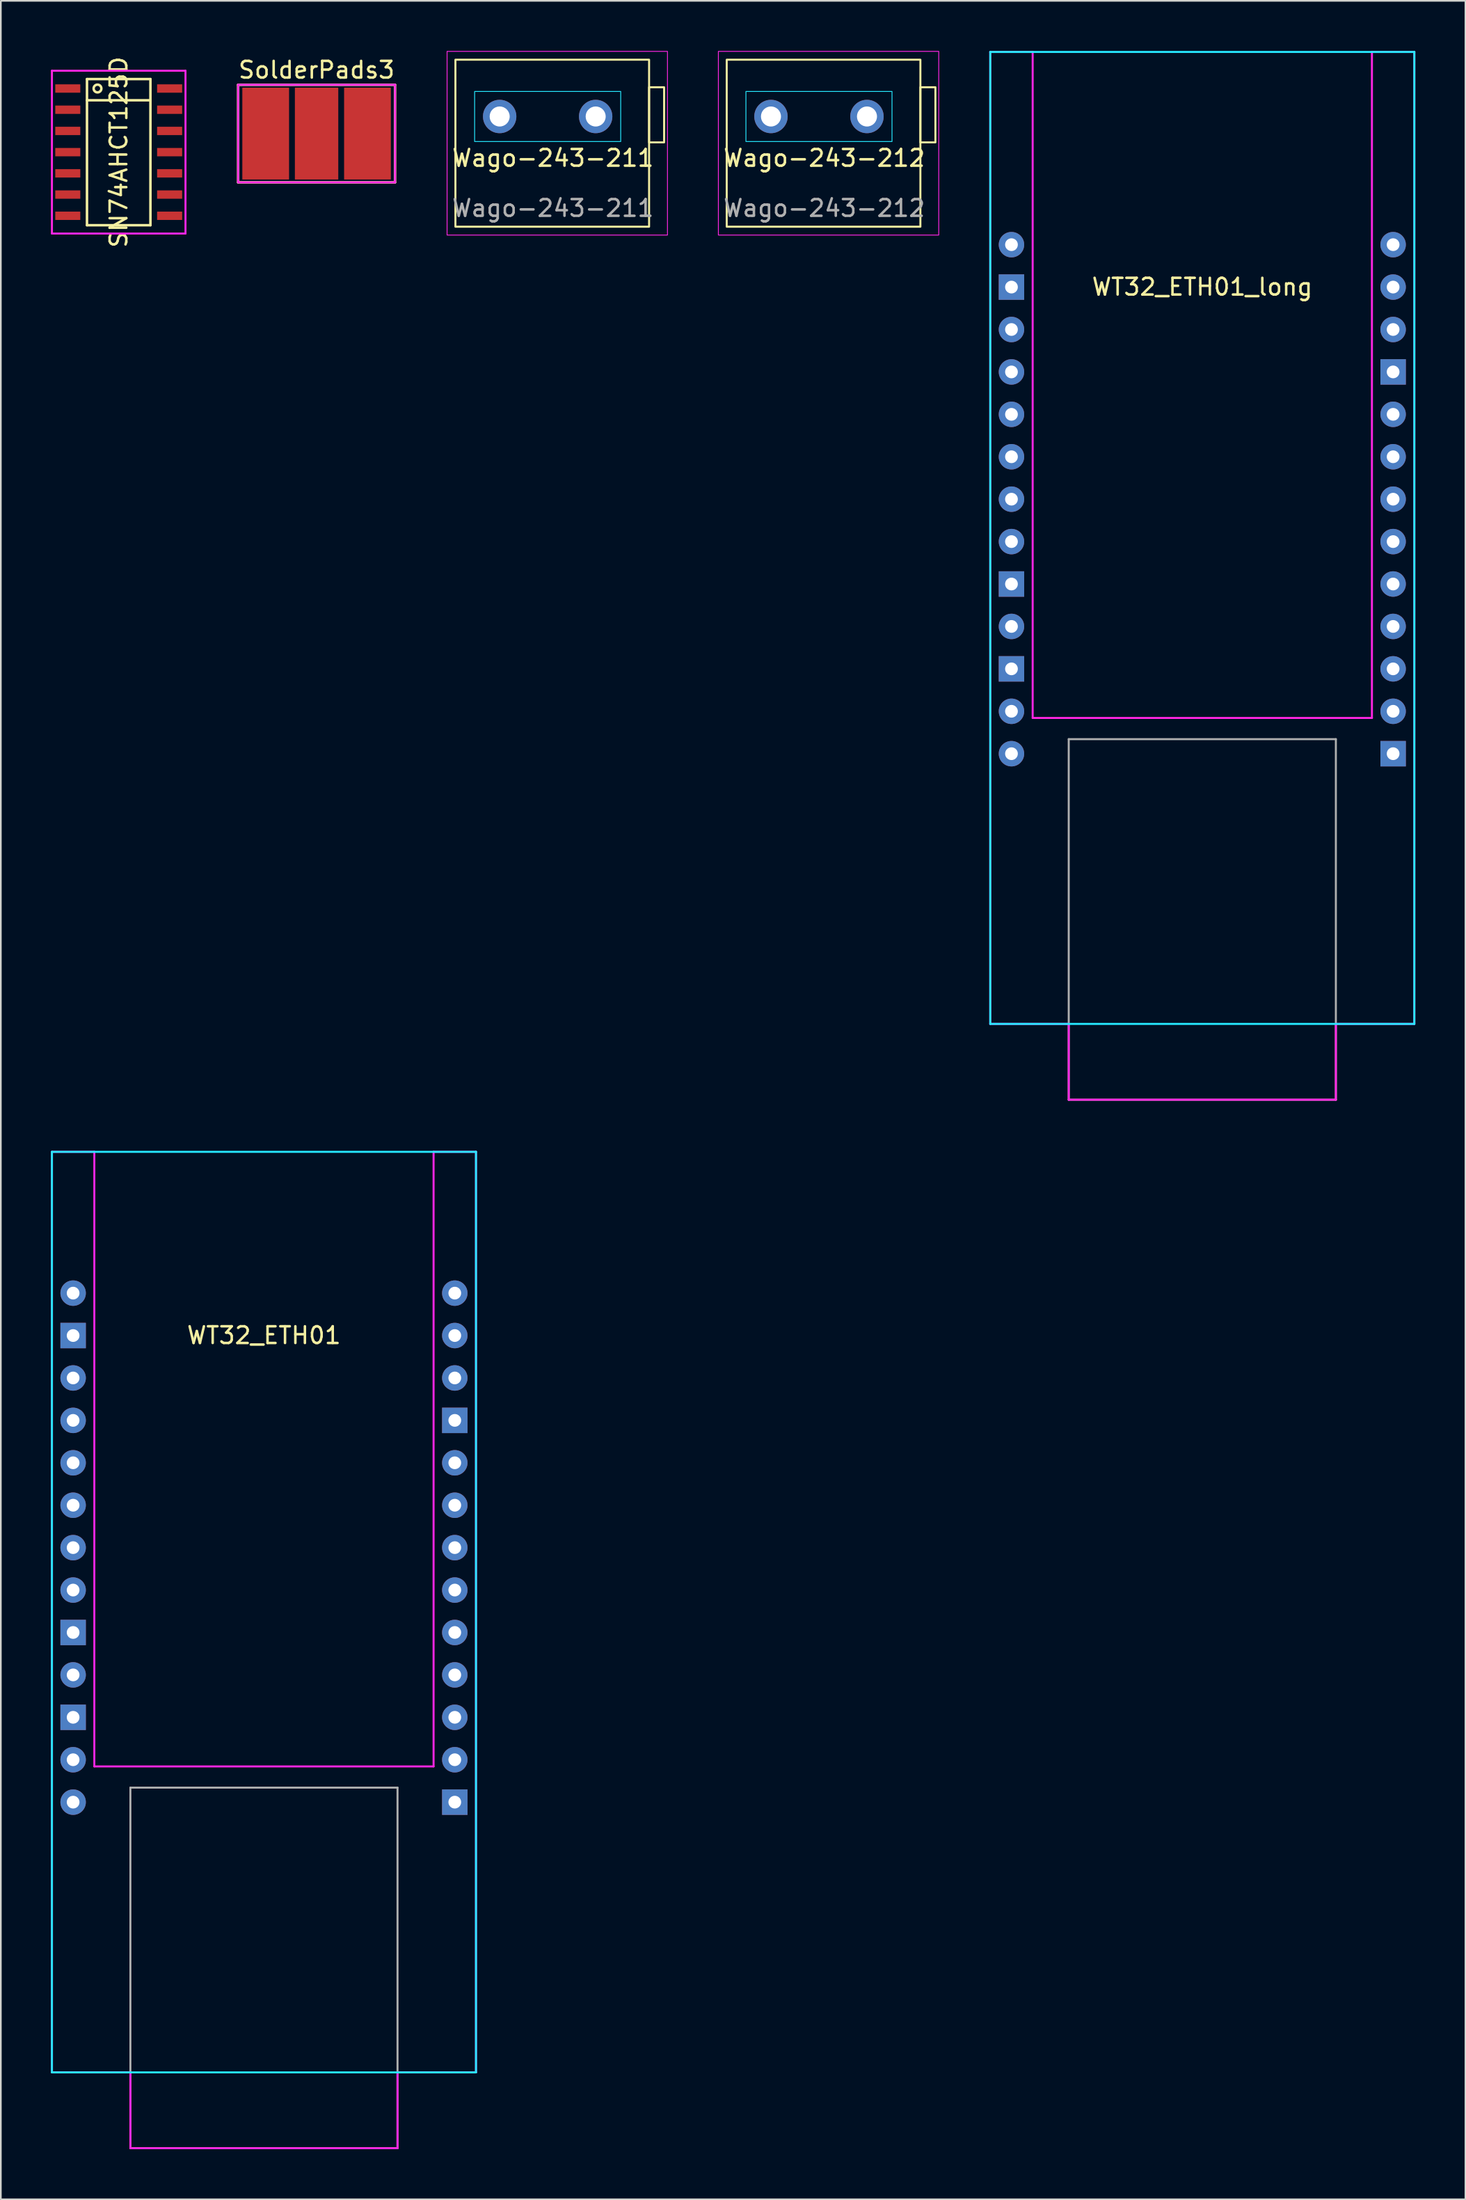
<source format=kicad_pcb>
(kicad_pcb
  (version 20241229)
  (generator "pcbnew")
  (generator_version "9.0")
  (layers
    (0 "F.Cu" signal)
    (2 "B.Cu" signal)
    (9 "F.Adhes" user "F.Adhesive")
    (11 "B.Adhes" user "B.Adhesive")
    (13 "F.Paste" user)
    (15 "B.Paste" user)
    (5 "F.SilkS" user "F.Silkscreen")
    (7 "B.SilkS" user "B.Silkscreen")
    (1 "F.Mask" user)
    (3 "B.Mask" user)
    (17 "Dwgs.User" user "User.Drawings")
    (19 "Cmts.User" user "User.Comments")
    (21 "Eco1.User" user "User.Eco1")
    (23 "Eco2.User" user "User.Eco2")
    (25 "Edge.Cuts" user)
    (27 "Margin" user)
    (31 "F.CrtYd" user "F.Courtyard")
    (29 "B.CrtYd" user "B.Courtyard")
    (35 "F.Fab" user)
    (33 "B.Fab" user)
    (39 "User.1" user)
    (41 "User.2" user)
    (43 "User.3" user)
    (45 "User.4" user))
  (footprint "SolderPads3"
    (layer "F.Cu")
    (at 15.912 0.25)
    (property "Reference" "SolderPads3" (at 0 0.889 0) (layer "F.SilkS") (effects (font (size 1 1) (thickness 0.15))))
    (attr smd)
    (fp_line (start -4.699 1.778) (end 4.699 1.778) (stroke (width 0.15) (type solid)) (layer "F.SilkS"))
    (fp_line (start -4.699 7.62) (end -4.699 1.778) (stroke (width 0.15) (type solid)) (layer "F.SilkS"))
    (fp_line (start 4.699 1.778) (end 4.699 7.62) (stroke (width 0.15) (type solid)) (layer "F.SilkS"))
    (fp_line (start 4.699 7.62) (end -4.699 7.62) (stroke (width 0.15) (type solid)) (layer "F.SilkS"))
    (fp_line (start -4.699 1.778) (end 4.699 1.778) (stroke (width 0.12) (type solid)) (layer "F.CrtYd"))
    (fp_line (start -4.699 7.62) (end -4.699 1.778) (stroke (width 0.12) (type solid)) (layer "F.CrtYd"))
    (fp_line (start 4.699 1.778) (end 4.699 7.62) (stroke (width 0.12) (type solid)) (layer "F.CrtYd"))
    (fp_line (start 4.699 7.62) (end -4.699 7.62) (stroke (width 0.12) (type solid)) (layer "F.CrtYd"))
    (pad "1" smd rect (at -3.048 4.699) (size 2.8 5.5) (layers "F.Cu" "F.Mask" "F.Paste"))
    (pad "2" smd rect (at 0 4.699) (size 2.6 5.5) (layers "F.Cu" "F.Mask" "F.Paste"))
    (pad "3" smd rect (at 3.048 4.699) (size 2.8 5.5) (layers "F.Cu" "F.Mask" "F.Paste")))
  (footprint "Wago-243-212"
    (layer "F.Cu")
    (at 40.478 0.525)
    (property "Reference" "Wago-243-212" (at 5.842 5.89 0) (unlocked yes) (layer "F.SilkS") (effects (font (size 1 1) (thickness 0.15))))
    (attr through_hole)
    (fp_rect (start 0 0) (end 11.6 10) (stroke (width 0.12) (type default)) (fill no) (layer "F.SilkS"))
    (fp_rect (start 11.6 1.65) (end 12.5 4.95) (stroke (width 0.12) (type default)) (fill no) (layer "F.SilkS"))
    (fp_rect (start 1.15 1.9) (end 9.9 4.9) (stroke (width 0.05) (type default)) (fill no) (layer "B.CrtYd"))
    (fp_rect (start -0.5 -0.5) (end 12.7 10.5) (stroke (width 0.05) (type default)) (fill no) (layer "F.CrtYd"))
    (fp_text user "${REFERENCE}" (at 5.842 8.89 0) (unlocked yes) (layer "F.Fab") (effects (font (size 1 1) (thickness 0.15))))
    (pad "1" thru_hole circle (at 2.65 3.4) (size 2 2) (drill 1.2) (layers "*.Cu" "*.Mask"))
    (pad "2" thru_hole circle (at 8.4 3.4) (size 2 2) (drill 1.2) (layers "*.Cu" "*.Mask")))
  (footprint "SN74AHCT125D"
    (layer "F.Cu")
    (at 4.06 0.25)
    (property "Reference" "SN74AHCT125D" (at 0 5.81 90) (layer "F.SilkS") (effects (font (size 1 1) (thickness 0.15))))
    (attr smd)
    (fp_line (start -1.9 1.435) (end -1.9 10.185) (stroke (width 0.15) (type solid)) (layer "F.SilkS"))
    (fp_line (start -1.9 1.435) (end 1.9 1.435) (stroke (width 0.15) (type solid)) (layer "F.SilkS"))
    (fp_line (start -1.9 2.705) (end 1.9 2.705) (stroke (width 0.15) (type solid)) (layer "F.SilkS"))
    (fp_line (start -1.9 10.185) (end 1.9 10.185) (stroke (width 0.15) (type solid)) (layer "F.SilkS"))
    (fp_line (start 1.9 1.435) (end 1.9 10.185) (stroke (width 0.15) (type solid)) (layer "F.SilkS"))
    (fp_circle (center -1.27 2) (end -1.038 2) (stroke (width 0.15) (type solid)) (fill no) (layer "F.SilkS"))
    (fp_line (start -4 0.935) (end -4 10.685) (stroke (width 0.12) (type solid)) (layer "F.CrtYd"))
    (fp_line (start -4 0.935) (end 4 0.935) (stroke (width 0.12) (type solid)) (layer "F.CrtYd"))
    (fp_line (start -4 10.685) (end 4 10.685) (stroke (width 0.12) (type solid)) (layer "F.CrtYd"))
    (fp_line (start 4 0.935) (end 4 10.685) (stroke (width 0.12) (type solid)) (layer "F.CrtYd"))
    (pad "1" smd rect (at -3.05 2) (size 1.5 0.5) (layers "F.Cu" "F.Mask" "F.Paste"))
    (pad "2" smd rect (at -3.05 3.27) (size 1.5 0.5) (layers "F.Cu" "F.Mask" "F.Paste"))
    (pad "3" smd rect (at -3.05 4.54) (size 1.5 0.5) (layers "F.Cu" "F.Mask" "F.Paste"))
    (pad "4" smd rect (at -3.05 5.81) (size 1.5 0.5) (layers "F.Cu" "F.Mask" "F.Paste"))
    (pad "5" smd rect (at -3.05 7.08) (size 1.5 0.5) (layers "F.Cu" "F.Mask" "F.Paste"))
    (pad "6" smd rect (at -3.05 8.35) (size 1.5 0.5) (layers "F.Cu" "F.Mask" "F.Paste"))
    (pad "7" smd rect (at -3.05 9.62) (size 1.5 0.5) (layers "F.Cu" "F.Mask" "F.Paste"))
    (pad "8" smd rect (at 3.05 9.62) (size 1.5 0.5) (layers "F.Cu" "F.Mask" "F.Paste"))
    (pad "9" smd rect (at 3.05 8.35) (size 1.5 0.5) (layers "F.Cu" "F.Mask" "F.Paste"))
    (pad "10" smd rect (at 3.05 7.08) (size 1.5 0.5) (layers "F.Cu" "F.Mask" "F.Paste"))
    (pad "11" smd rect (at 3.05 5.81) (size 1.5 0.5) (layers "F.Cu" "F.Mask" "F.Paste"))
    (pad "12" smd rect (at 3.05 4.54) (size 1.5 0.5) (layers "F.Cu" "F.Mask" "F.Paste"))
    (pad "13" smd rect (at 3.05 3.27) (size 1.5 0.5) (layers "F.Cu" "F.Mask" "F.Paste"))
    (pad "14" smd rect (at 3.05 2) (size 1.5 0.5) (layers "F.Cu" "F.Mask" "F.Paste")))
  (footprint "Wago-243-211"
    (layer "F.Cu")
    (at 24.228 0.525)
    (property "Reference" "Wago-243-211" (at 5.842 5.89 0) (unlocked yes) (layer "F.SilkS") (effects (font (size 1 1) (thickness 0.15))))
    (attr through_hole)
    (fp_rect (start 0 0) (end 11.6 10) (stroke (width 0.12) (type default)) (fill no) (layer "F.SilkS"))
    (fp_rect (start 11.6 1.65) (end 12.5 4.95) (stroke (width 0.12) (type default)) (fill no) (layer "F.SilkS"))
    (fp_rect (start 1.15 1.9) (end 9.9 4.9) (stroke (width 0.05) (type default)) (fill no) (layer "B.CrtYd"))
    (fp_rect (start -0.5 -0.5) (end 12.7 10.5) (stroke (width 0.05) (type default)) (fill no) (layer "F.CrtYd"))
    (fp_text user "${REFERENCE}" (at 5.842 8.89 0) (unlocked yes) (layer "F.Fab") (effects (font (size 1 1) (thickness 0.15))))
    (pad "1" thru_hole circle (at 2.65 3.4) (size 2 2) (drill 1.2) (layers "*.Cu" "*.Mask"))
    (pad "2" thru_hole circle (at 8.4 3.4) (size 2 2) (drill 1.2) (layers "*.Cu" "*.Mask")))
  (footprint "WT32_ETH01"
    (layer "F.Cu")
    (at 13.466 70.59)
    (property "Reference" "WT32_ETH01" (at -0.706 6.32 0) (layer "F.SilkS") (effects (font (size 1 1) (thickness 0.15))))
    (attr through_hole)
    (fp_line (start -13.406 -4.67) (end 11.994 -4.67) (stroke (width 0.12) (type solid)) (layer "B.CrtYd"))
    (fp_line (start -13.406 50.45) (end -13.406 -4.67) (stroke (width 0.12) (type solid)) (layer "B.CrtYd"))
    (fp_line (start 11.994 -4.67) (end 11.994 50.45) (stroke (width 0.12) (type solid)) (layer "B.CrtYd"))
    (fp_line (start 11.994 50.45) (end -13.406 50.45) (stroke (width 0.12) (type solid)) (layer "B.CrtYd"))
    (fp_line (start -13.406 50.45) (end -13.406 -4.67) (stroke (width 0.12) (type solid)) (layer "F.CrtYd"))
    (fp_line (start -10.866 -4.67) (end -13.406 -4.67) (stroke (width 0.12) (type solid)) (layer "F.CrtYd"))
    (fp_line (start -10.866 -4.67) (end -10.866 32.13) (stroke (width 0.12) (type solid)) (layer "F.CrtYd"))
    (fp_line (start -8.706 50.45) (end -13.406 50.45) (stroke (width 0.12) (type solid)) (layer "F.CrtYd"))
    (fp_line (start -8.706 50.45) (end -8.706 54.99) (stroke (width 0.12) (type solid)) (layer "F.CrtYd"))
    (fp_line (start -8.706 54.99) (end 7.294 54.99) (stroke (width 0.12) (type solid)) (layer "F.CrtYd"))
    (fp_line (start 7.294 50.45) (end 7.294 54.99) (stroke (width 0.12) (type solid)) (layer "F.CrtYd"))
    (fp_line (start 9.454 -4.67) (end 9.454 32.13) (stroke (width 0.12) (type solid)) (layer "F.CrtYd"))
    (fp_line (start 9.454 -4.67) (end 11.994 -4.67) (stroke (width 0.12) (type solid)) (layer "F.CrtYd"))
    (fp_line (start 9.454 32.13) (end -10.866 32.13) (stroke (width 0.12) (type solid)) (layer "F.CrtYd"))
    (fp_line (start 11.994 -4.67) (end 11.994 50.45) (stroke (width 0.12) (type solid)) (layer "F.CrtYd"))
    (fp_line (start 11.994 50.45) (end 7.294 50.45) (stroke (width 0.12) (type solid)) (layer "F.CrtYd"))
    (fp_line (start -8.706 33.4) (end -8.706 54.99) (stroke (width 0.12) (type solid)) (layer "F.Fab"))
    (fp_line (start -8.706 33.4) (end 7.294 33.4) (stroke (width 0.12) (type solid)) (layer "F.Fab"))
    (fp_line (start -8.706 54.99) (end 7.294 54.99) (stroke (width 0.12) (type solid)) (layer "F.Fab"))
    (fp_line (start 7.294 33.4) (end 7.294 54.99) (stroke (width 0.12) (type solid)) (layer "F.Fab"))
    (pad "1" thru_hole circle (at -12.136 3.79) (size 1.524 1.524) (drill 0.762) (layers "*.Cu" "*.Mask"))
    (pad "2" thru_hole rect (at -12.136 6.33) (size 1.524 1.524) (drill 0.762) (layers "*.Cu" "*.Mask"))
    (pad "3" thru_hole circle (at -12.136 8.87) (size 1.524 1.524) (drill 0.762) (layers "*.Cu" "*.Mask"))
    (pad "4" thru_hole circle (at -12.136 11.41) (size 1.524 1.524) (drill 0.762) (layers "*.Cu" "*.Mask"))
    (pad "5" thru_hole circle (at -12.136 13.95) (size 1.524 1.524) (drill 0.762) (layers "*.Cu" "*.Mask"))
    (pad "6" thru_hole circle (at -12.136 16.49) (size 1.524 1.524) (drill 0.762) (layers "*.Cu" "*.Mask"))
    (pad "7" thru_hole circle (at -12.136 19.03) (size 1.524 1.524) (drill 0.762) (layers "*.Cu" "*.Mask"))
    (pad "8" thru_hole circle (at -12.136 21.57) (size 1.524 1.524) (drill 0.762) (layers "*.Cu" "*.Mask"))
    (pad "9" thru_hole rect (at -12.136 24.11) (size 1.524 1.524) (drill 0.762) (layers "*.Cu" "*.Mask"))
    (pad "10" thru_hole circle (at -12.136 26.65) (size 1.524 1.524) (drill 0.762) (layers "*.Cu" "*.Mask"))
    (pad "11" thru_hole rect (at -12.136 29.19) (size 1.524 1.524) (drill 0.762) (layers "*.Cu" "*.Mask"))
    (pad "12" thru_hole circle (at -12.136 31.73) (size 1.524 1.524) (drill 0.762) (layers "*.Cu" "*.Mask"))
    (pad "13" thru_hole circle (at -12.136 34.27) (size 1.524 1.524) (drill 0.762) (layers "*.Cu" "*.Mask"))
    (pad "14" thru_hole circle (at 10.724 3.79) (size 1.524 1.524) (drill 0.762) (layers "*.Cu" "*.Mask"))
    (pad "15" thru_hole circle (at 10.724 6.33) (size 1.524 1.524) (drill 0.762) (layers "*.Cu" "*.Mask"))
    (pad "16" thru_hole circle (at 10.724 8.87) (size 1.524 1.524) (drill 0.762) (layers "*.Cu" "*.Mask"))
    (pad "17" thru_hole rect (at 10.724 11.41) (size 1.524 1.524) (drill 0.762) (layers "*.Cu" "*.Mask"))
    (pad "18" thru_hole circle (at 10.724 13.95) (size 1.524 1.524) (drill 0.762) (layers "*.Cu" "*.Mask"))
    (pad "19" thru_hole circle (at 10.724 16.49) (size 1.524 1.524) (drill 0.762) (layers "*.Cu" "*.Mask"))
    (pad "20" thru_hole circle (at 10.724 19.03) (size 1.524 1.524) (drill 0.762) (layers "*.Cu" "*.Mask"))
    (pad "21" thru_hole circle (at 10.724 21.57) (size 1.524 1.524) (drill 0.762) (layers "*.Cu" "*.Mask"))
    (pad "22" thru_hole circle (at 10.724 24.11) (size 1.524 1.524) (drill 0.762) (layers "*.Cu" "*.Mask"))
    (pad "23" thru_hole circle (at 10.724 26.65) (size 1.524 1.524) (drill 0.762) (layers "*.Cu" "*.Mask"))
    (pad "24" thru_hole circle (at 10.724 29.19) (size 1.524 1.524) (drill 0.762) (layers "*.Cu" "*.Mask"))
    (pad "25" thru_hole circle (at 10.724 31.73) (size 1.524 1.524) (drill 0.762) (layers "*.Cu" "*.Mask"))
    (pad "26" thru_hole rect (at 10.724 34.27) (size 1.524 1.524) (drill 0.762) (layers "*.Cu" "*.Mask")))
  (footprint "WT32_ETH01_long"
    (layer "F.Cu")
    (at 69.669 7.81)
    (property "Reference" "WT32_ETH01_long" (at -0.706 6.32 0) (layer "F.SilkS") (effects (font (size 1 1) (thickness 0.15))))
    (attr through_hole)
    (fp_line (start -13.406 -7.75) (end 11.994 -7.75) (stroke (width 0.12) (type solid)) (layer "B.CrtYd"))
    (fp_line (start -13.406 50.45) (end -13.406 -7.75) (stroke (width 0.12) (type solid)) (layer "B.CrtYd"))
    (fp_line (start 11.994 -7.75) (end 11.994 50.45) (stroke (width 0.12) (type solid)) (layer "B.CrtYd"))
    (fp_line (start 11.994 50.45) (end -13.406 50.45) (stroke (width 0.12) (type solid)) (layer "B.CrtYd"))
    (fp_line (start -13.406 50.45) (end -13.406 -7.75) (stroke (width 0.12) (type solid)) (layer "F.CrtYd"))
    (fp_line (start -10.866 -7.75) (end -13.406 -7.75) (stroke (width 0.12) (type solid)) (layer "F.CrtYd"))
    (fp_line (start -10.866 -7.75) (end -10.866 32.13) (stroke (width 0.12) (type solid)) (layer "F.CrtYd"))
    (fp_line (start -8.706 50.45) (end -13.406 50.45) (stroke (width 0.12) (type solid)) (layer "F.CrtYd"))
    (fp_line (start -8.706 50.45) (end -8.706 54.99) (stroke (width 0.12) (type solid)) (layer "F.CrtYd"))
    (fp_line (start -8.706 54.99) (end 7.294 54.99) (stroke (width 0.12) (type solid)) (layer "F.CrtYd"))
    (fp_line (start 7.294 50.45) (end 7.294 54.99) (stroke (width 0.12) (type solid)) (layer "F.CrtYd"))
    (fp_line (start 9.454 -7.75) (end 9.454 32.13) (stroke (width 0.12) (type solid)) (layer "F.CrtYd"))
    (fp_line (start 9.454 -7.75) (end 11.994 -7.75) (stroke (width 0.12) (type solid)) (layer "F.CrtYd"))
    (fp_line (start 9.454 32.13) (end -10.866 32.13) (stroke (width 0.12) (type solid)) (layer "F.CrtYd"))
    (fp_line (start 11.994 -7.75) (end 11.994 50.45) (stroke (width 0.12) (type solid)) (layer "F.CrtYd"))
    (fp_line (start 11.994 50.45) (end 7.294 50.45) (stroke (width 0.12) (type solid)) (layer "F.CrtYd"))
    (fp_line (start -8.706 33.4) (end -8.706 54.99) (stroke (width 0.12) (type solid)) (layer "F.Fab"))
    (fp_line (start -8.706 33.4) (end 7.294 33.4) (stroke (width 0.12) (type solid)) (layer "F.Fab"))
    (fp_line (start -8.706 54.99) (end 7.294 54.99) (stroke (width 0.12) (type solid)) (layer "F.Fab"))
    (fp_line (start 7.294 33.4) (end 7.294 54.99) (stroke (width 0.12) (type solid)) (layer "F.Fab"))
    (pad "1" thru_hole circle (at -12.136 3.79) (size 1.524 1.524) (drill 0.762) (layers "*.Cu" "*.Mask"))
    (pad "2" thru_hole rect (at -12.136 6.33) (size 1.524 1.524) (drill 0.762) (layers "*.Cu" "*.Mask"))
    (pad "3" thru_hole circle (at -12.136 8.87) (size 1.524 1.524) (drill 0.762) (layers "*.Cu" "*.Mask"))
    (pad "4" thru_hole circle (at -12.136 11.41) (size 1.524 1.524) (drill 0.762) (layers "*.Cu" "*.Mask"))
    (pad "5" thru_hole circle (at -12.136 13.95) (size 1.524 1.524) (drill 0.762) (layers "*.Cu" "*.Mask"))
    (pad "6" thru_hole circle (at -12.136 16.49) (size 1.524 1.524) (drill 0.762) (layers "*.Cu" "*.Mask"))
    (pad "7" thru_hole circle (at -12.136 19.03) (size 1.524 1.524) (drill 0.762) (layers "*.Cu" "*.Mask"))
    (pad "8" thru_hole circle (at -12.136 21.57) (size 1.524 1.524) (drill 0.762) (layers "*.Cu" "*.Mask"))
    (pad "9" thru_hole rect (at -12.136 24.11) (size 1.524 1.524) (drill 0.762) (layers "*.Cu" "*.Mask"))
    (pad "10" thru_hole circle (at -12.136 26.65) (size 1.524 1.524) (drill 0.762) (layers "*.Cu" "*.Mask"))
    (pad "11" thru_hole rect (at -12.136 29.19) (size 1.524 1.524) (drill 0.762) (layers "*.Cu" "*.Mask"))
    (pad "12" thru_hole circle (at -12.136 31.73) (size 1.524 1.524) (drill 0.762) (layers "*.Cu" "*.Mask"))
    (pad "13" thru_hole circle (at -12.136 34.27) (size 1.524 1.524) (drill 0.762) (layers "*.Cu" "*.Mask"))
    (pad "14" thru_hole circle (at 10.724 3.79) (size 1.524 1.524) (drill 0.762) (layers "*.Cu" "*.Mask"))
    (pad "15" thru_hole circle (at 10.724 6.33) (size 1.524 1.524) (drill 0.762) (layers "*.Cu" "*.Mask"))
    (pad "16" thru_hole circle (at 10.724 8.87) (size 1.524 1.524) (drill 0.762) (layers "*.Cu" "*.Mask"))
    (pad "17" thru_hole rect (at 10.724 11.41) (size 1.524 1.524) (drill 0.762) (layers "*.Cu" "*.Mask"))
    (pad "18" thru_hole circle (at 10.724 13.95) (size 1.524 1.524) (drill 0.762) (layers "*.Cu" "*.Mask"))
    (pad "19" thru_hole circle (at 10.724 16.49) (size 1.524 1.524) (drill 0.762) (layers "*.Cu" "*.Mask"))
    (pad "20" thru_hole circle (at 10.724 19.03) (size 1.524 1.524) (drill 0.762) (layers "*.Cu" "*.Mask"))
    (pad "21" thru_hole circle (at 10.724 21.57) (size 1.524 1.524) (drill 0.762) (layers "*.Cu" "*.Mask"))
    (pad "22" thru_hole circle (at 10.724 24.11) (size 1.524 1.524) (drill 0.762) (layers "*.Cu" "*.Mask"))
    (pad "23" thru_hole circle (at 10.724 26.65) (size 1.524 1.524) (drill 0.762) (layers "*.Cu" "*.Mask"))
    (pad "24" thru_hole circle (at 10.724 29.19) (size 1.524 1.524) (drill 0.762) (layers "*.Cu" "*.Mask"))
    (pad "25" thru_hole circle (at 10.724 31.73) (size 1.524 1.524) (drill 0.762) (layers "*.Cu" "*.Mask"))
    (pad "26" thru_hole rect (at 10.724 34.27) (size 1.524 1.524) (drill 0.762) (layers "*.Cu" "*.Mask")))
  (gr_rect
    (start -3 -3)
    (end 84.723 128.64)
    (stroke (width 0.1) (type default))
    (fill no)
    (layer "Edge.Cuts")))
</source>
